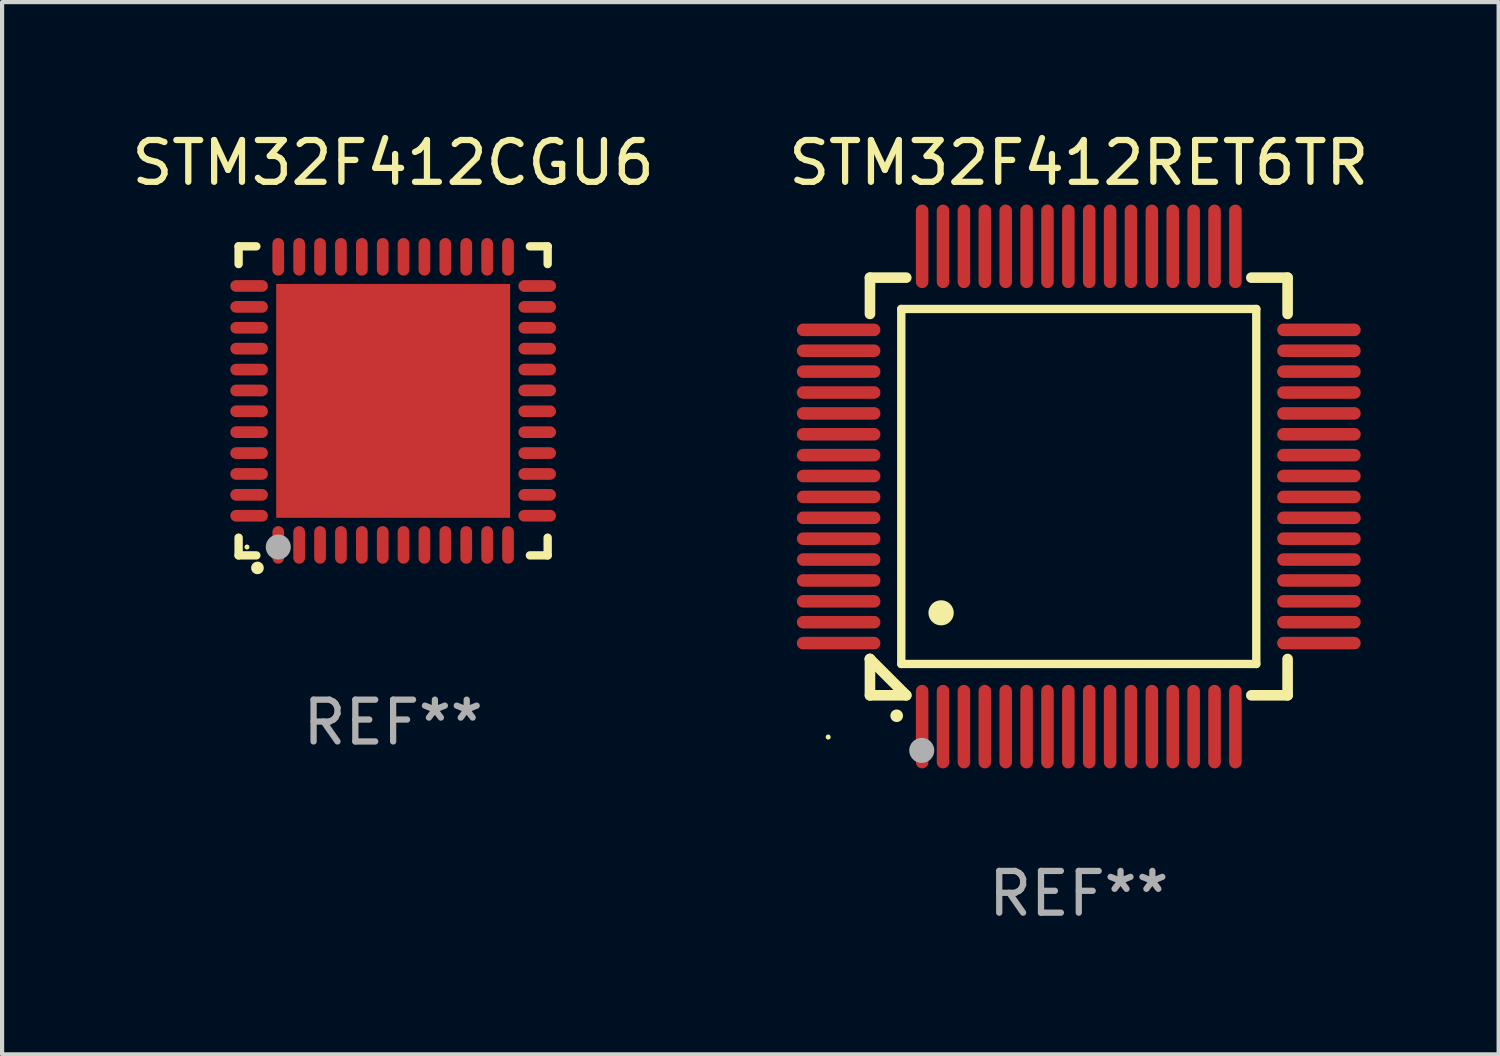
<source format=kicad_pcb>
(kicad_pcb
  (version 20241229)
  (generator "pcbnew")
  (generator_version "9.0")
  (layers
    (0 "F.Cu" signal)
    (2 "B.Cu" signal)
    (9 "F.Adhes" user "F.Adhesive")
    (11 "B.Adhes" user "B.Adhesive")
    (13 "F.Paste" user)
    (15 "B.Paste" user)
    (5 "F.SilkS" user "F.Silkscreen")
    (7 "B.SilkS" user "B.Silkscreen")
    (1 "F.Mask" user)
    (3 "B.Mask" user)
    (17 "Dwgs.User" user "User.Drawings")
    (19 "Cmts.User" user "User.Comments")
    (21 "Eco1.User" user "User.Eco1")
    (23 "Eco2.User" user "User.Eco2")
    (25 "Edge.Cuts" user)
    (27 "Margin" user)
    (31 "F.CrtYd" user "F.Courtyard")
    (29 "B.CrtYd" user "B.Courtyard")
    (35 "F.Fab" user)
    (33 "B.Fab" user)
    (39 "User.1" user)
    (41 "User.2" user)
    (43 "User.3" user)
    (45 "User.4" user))
  (footprint "STM32F412RET6TR"
    (layer "F.Cu")
    (at 22.78 8.598)
    (property "Reference" "STM32F412RET6TR" (at 0 -7.75 0) (layer "F.SilkS") (effects (font (size 1 1) (thickness 0.15))))
    (attr through_hole)
    (fp_line (start -5 -5) (end -4.131 -5) (stroke (width 0.254) (type solid)) (layer "F.SilkS"))
    (fp_line (start -5 -4.131) (end -5 -5) (stroke (width 0.254) (type solid)) (layer "F.SilkS"))
    (fp_line (start -5 4.131) (end -5 4.131) (stroke (width 0.254) (type solid)) (layer "F.SilkS"))
    (fp_line (start -5 5) (end -5 4.131) (stroke (width 0.254) (type solid)) (layer "F.SilkS"))
    (fp_line (start -5 4.131) (end -4.131 5) (stroke (width 0.254) (type solid)) (layer "F.SilkS"))
    (fp_line (start -4.25 -4.25) (end -4.25 4.25) (stroke (width 0.2) (type solid)) (layer "F.SilkS"))
    (fp_line (start -4.25 4.25) (end 4.25 4.25) (stroke (width 0.2) (type solid)) (layer "F.SilkS"))
    (fp_line (start -4.131 5) (end -5 5) (stroke (width 0.254) (type solid)) (layer "F.SilkS"))
    (fp_line (start 4.25 -4.25) (end -4.25 -4.25) (stroke (width 0.2) (type solid)) (layer "F.SilkS"))
    (fp_line (start 4.25 4.25) (end 4.25 -4.25) (stroke (width 0.2) (type solid)) (layer "F.SilkS"))
    (fp_line (start 5 -5) (end 4.131 -5) (stroke (width 0.254) (type solid)) (layer "F.SilkS"))
    (fp_line (start 5 -5) (end 5 -4.131) (stroke (width 0.254) (type solid)) (layer "F.SilkS"))
    (fp_line (start 5 4.131) (end 5 5) (stroke (width 0.254) (type solid)) (layer "F.SilkS"))
    (fp_line (start 5 5) (end 4.131 5) (stroke (width 0.254) (type solid)) (layer "F.SilkS"))
    (fp_arc (start -4.361265 5.489992) (mid -4.359995 5.489987) (end -4.358725 5.489992) (stroke (width 0.3) (type solid)) (layer "F.SilkS"))
    (fp_arc (start -3.299467 3.025146) (mid -3.296927 3.025135) (end -3.294387 3.025146) (stroke (width 0.6) (type solid)) (layer "F.SilkS"))
    (fp_circle (center -6 6) (end -5.97 6) (stroke (width 0.06) (type solid)) (fill no) (layer "F.SilkS"))
    (fp_circle (center -3.76 6.32) (end -3.61 6.32) (stroke (width 0.3) (type solid)) (fill no) (layer "F.Fab"))
    (fp_text user "REF**" (at 0 9.75 0) (layer "F.Fab") (effects (font (size 1 1) (thickness 0.15))))
    (pad "1" smd oval (at -3.75 5.75) (size 0.3 2) (layers "F.Cu" "F.Mask" "F.Paste"))
    (pad "2" smd oval (at -3.25 5.75) (size 0.3 2) (layers "F.Cu" "F.Mask" "F.Paste"))
    (pad "3" smd oval (at -2.75 5.75) (size 0.3 2) (layers "F.Cu" "F.Mask" "F.Paste"))
    (pad "4" smd oval (at -2.25 5.75) (size 0.3 2) (layers "F.Cu" "F.Mask" "F.Paste"))
    (pad "5" smd oval (at -1.75 5.75) (size 0.3 2) (layers "F.Cu" "F.Mask" "F.Paste"))
    (pad "6" smd oval (at -1.25 5.75) (size 0.3 2) (layers "F.Cu" "F.Mask" "F.Paste"))
    (pad "7" smd oval (at -0.75 5.75) (size 0.3 2) (layers "F.Cu" "F.Mask" "F.Paste"))
    (pad "8" smd oval (at -0.25 5.75) (size 0.3 2) (layers "F.Cu" "F.Mask" "F.Paste"))
    (pad "9" smd oval (at 0.25 5.75) (size 0.3 2) (layers "F.Cu" "F.Mask" "F.Paste"))
    (pad "10" smd oval (at 0.75 5.75) (size 0.3 2) (layers "F.Cu" "F.Mask" "F.Paste"))
    (pad "11" smd oval (at 1.25 5.75) (size 0.3 2) (layers "F.Cu" "F.Mask" "F.Paste"))
    (pad "12" smd oval (at 1.75 5.75) (size 0.3 2) (layers "F.Cu" "F.Mask" "F.Paste"))
    (pad "13" smd oval (at 2.25 5.75) (size 0.3 2) (layers "F.Cu" "F.Mask" "F.Paste"))
    (pad "14" smd oval (at 2.75 5.75) (size 0.3 2) (layers "F.Cu" "F.Mask" "F.Paste"))
    (pad "15" smd oval (at 3.25 5.75) (size 0.3 2) (layers "F.Cu" "F.Mask" "F.Paste"))
    (pad "16" smd oval (at 3.75 5.75) (size 0.3 2) (layers "F.Cu" "F.Mask" "F.Paste"))
    (pad "17" smd oval (at 5.75 3.75) (size 2 0.3) (layers "F.Cu" "F.Mask" "F.Paste"))
    (pad "18" smd oval (at 5.75 3.25) (size 2 0.3) (layers "F.Cu" "F.Mask" "F.Paste"))
    (pad "19" smd oval (at 5.75 2.75) (size 2 0.3) (layers "F.Cu" "F.Mask" "F.Paste"))
    (pad "20" smd oval (at 5.75 2.25) (size 2 0.3) (layers "F.Cu" "F.Mask" "F.Paste"))
    (pad "21" smd oval (at 5.75 1.75) (size 2 0.3) (layers "F.Cu" "F.Mask" "F.Paste"))
    (pad "22" smd oval (at 5.75 1.25) (size 2 0.3) (layers "F.Cu" "F.Mask" "F.Paste"))
    (pad "23" smd oval (at 5.75 0.75) (size 2 0.3) (layers "F.Cu" "F.Mask" "F.Paste"))
    (pad "24" smd oval (at 5.75 0.25) (size 2 0.3) (layers "F.Cu" "F.Mask" "F.Paste"))
    (pad "25" smd oval (at 5.75 -0.25) (size 2 0.3) (layers "F.Cu" "F.Mask" "F.Paste"))
    (pad "26" smd oval (at 5.75 -0.75) (size 2 0.3) (layers "F.Cu" "F.Mask" "F.Paste"))
    (pad "27" smd oval (at 5.75 -1.25) (size 2 0.3) (layers "F.Cu" "F.Mask" "F.Paste"))
    (pad "28" smd oval (at 5.75 -1.75) (size 2 0.3) (layers "F.Cu" "F.Mask" "F.Paste"))
    (pad "29" smd oval (at 5.75 -2.25) (size 2 0.3) (layers "F.Cu" "F.Mask" "F.Paste"))
    (pad "30" smd oval (at 5.75 -2.75) (size 2 0.3) (layers "F.Cu" "F.Mask" "F.Paste"))
    (pad "31" smd oval (at 5.75 -3.25) (size 2 0.3) (layers "F.Cu" "F.Mask" "F.Paste"))
    (pad "32" smd oval (at 5.75 -3.75) (size 2 0.3) (layers "F.Cu" "F.Mask" "F.Paste"))
    (pad "33" smd oval (at 3.75 -5.75) (size 0.3 2) (layers "F.Cu" "F.Mask" "F.Paste"))
    (pad "34" smd oval (at 3.25 -5.75) (size 0.3 2) (layers "F.Cu" "F.Mask" "F.Paste"))
    (pad "35" smd oval (at 2.75 -5.75) (size 0.3 2) (layers "F.Cu" "F.Mask" "F.Paste"))
    (pad "36" smd oval (at 2.25 -5.75) (size 0.3 2) (layers "F.Cu" "F.Mask" "F.Paste"))
    (pad "37" smd oval (at 1.75 -5.75) (size 0.3 2) (layers "F.Cu" "F.Mask" "F.Paste"))
    (pad "38" smd oval (at 1.25 -5.75) (size 0.3 2) (layers "F.Cu" "F.Mask" "F.Paste"))
    (pad "39" smd oval (at 0.75 -5.75) (size 0.3 2) (layers "F.Cu" "F.Mask" "F.Paste"))
    (pad "40" smd oval (at 0.25 -5.75) (size 0.3 2) (layers "F.Cu" "F.Mask" "F.Paste"))
    (pad "41" smd oval (at -0.25 -5.75) (size 0.3 2) (layers "F.Cu" "F.Mask" "F.Paste"))
    (pad "42" smd oval (at -0.75 -5.75) (size 0.3 2) (layers "F.Cu" "F.Mask" "F.Paste"))
    (pad "43" smd oval (at -1.25 -5.75) (size 0.3 2) (layers "F.Cu" "F.Mask" "F.Paste"))
    (pad "44" smd oval (at -1.75 -5.75) (size 0.3 2) (layers "F.Cu" "F.Mask" "F.Paste"))
    (pad "45" smd oval (at -2.25 -5.75) (size 0.3 2) (layers "F.Cu" "F.Mask" "F.Paste"))
    (pad "46" smd oval (at -2.75 -5.75) (size 0.3 2) (layers "F.Cu" "F.Mask" "F.Paste"))
    (pad "47" smd oval (at -3.25 -5.75) (size 0.3 2) (layers "F.Cu" "F.Mask" "F.Paste"))
    (pad "48" smd oval (at -3.75 -5.75) (size 0.3 2) (layers "F.Cu" "F.Mask" "F.Paste"))
    (pad "49" smd oval (at -5.75 -3.75) (size 2 0.3) (layers "F.Cu" "F.Mask" "F.Paste"))
    (pad "50" smd oval (at -5.75 -3.25) (size 2 0.3) (layers "F.Cu" "F.Mask" "F.Paste"))
    (pad "51" smd oval (at -5.75 -2.75) (size 2 0.3) (layers "F.Cu" "F.Mask" "F.Paste"))
    (pad "52" smd oval (at -5.75 -2.25) (size 2 0.3) (layers "F.Cu" "F.Mask" "F.Paste"))
    (pad "53" smd oval (at -5.75 -1.75) (size 2 0.3) (layers "F.Cu" "F.Mask" "F.Paste"))
    (pad "54" smd oval (at -5.75 -1.25) (size 2 0.3) (layers "F.Cu" "F.Mask" "F.Paste"))
    (pad "55" smd oval (at -5.75 -0.75) (size 2 0.3) (layers "F.Cu" "F.Mask" "F.Paste"))
    (pad "56" smd oval (at -5.75 -0.25) (size 2 0.3) (layers "F.Cu" "F.Mask" "F.Paste"))
    (pad "57" smd oval (at -5.75 0.25) (size 2 0.3) (layers "F.Cu" "F.Mask" "F.Paste"))
    (pad "58" smd oval (at -5.75 0.75) (size 2 0.3) (layers "F.Cu" "F.Mask" "F.Paste"))
    (pad "59" smd oval (at -5.75 1.25) (size 2 0.3) (layers "F.Cu" "F.Mask" "F.Paste"))
    (pad "60" smd oval (at -5.75 1.75) (size 2 0.3) (layers "F.Cu" "F.Mask" "F.Paste"))
    (pad "61" smd oval (at -5.75 2.25) (size 2 0.3) (layers "F.Cu" "F.Mask" "F.Paste"))
    (pad "62" smd oval (at -5.75 2.75) (size 2 0.3) (layers "F.Cu" "F.Mask" "F.Paste"))
    (pad "63" smd oval (at -5.75 3.25) (size 2 0.3) (layers "F.Cu" "F.Mask" "F.Paste"))
    (pad "64" smd oval (at -5.75 3.75) (size 2 0.3) (layers "F.Cu" "F.Mask" "F.Paste")))
  (footprint "STM32F412CGU6"
    (layer "F.Cu")
    (at 6.363 6.548)
    (property "Reference" "STM32F412CGU6" (at 0 -5.7 0) (layer "F.SilkS") (effects (font (size 1 1) (thickness 0.15))))
    (attr through_hole)
    (fp_line (start -3.7 -3.7) (end -3.275 -3.7) (stroke (width 0.2) (type solid)) (layer "F.SilkS"))
    (fp_line (start -3.7 -3.275) (end -3.7 -3.7) (stroke (width 0.2) (type solid)) (layer "F.SilkS"))
    (fp_line (start -3.7 3.7) (end -3.7 3.275) (stroke (width 0.2) (type solid)) (layer "F.SilkS"))
    (fp_line (start -3.275 3.7) (end -3.7 3.7) (stroke (width 0.2) (type solid)) (layer "F.SilkS"))
    (fp_line (start 3.7 -3.7) (end 3.275 -3.7) (stroke (width 0.2) (type solid)) (layer "F.SilkS"))
    (fp_line (start 3.7 -3.275) (end 3.7 -3.7) (stroke (width 0.2) (type solid)) (layer "F.SilkS"))
    (fp_line (start 3.7 3.275) (end 3.7 3.7) (stroke (width 0.2) (type solid)) (layer "F.SilkS"))
    (fp_line (start 3.7 3.7) (end 3.275 3.7) (stroke (width 0.2) (type solid)) (layer "F.SilkS"))
    (fp_arc (start -3.249936 3.999975) (mid -3.248666 3.99997) (end -3.247396 3.999975) (stroke (width 0.3) (type solid)) (layer "F.SilkS"))
    (fp_circle (center -3.5 3.5) (end -3.47 3.5) (stroke (width 0.06) (type solid)) (fill no) (layer "F.SilkS"))
    (fp_circle (center -2.75 3.5) (end -2.6 3.5) (stroke (width 0.3) (type solid)) (fill no) (layer "F.Fab"))
    (fp_text user "REF**" (at 0 7.7 0) (layer "F.Fab") (effects (font (size 1 1) (thickness 0.15))))
    (pad "1" smd oval (at -2.751 3.449) (size 0.28 0.9) (layers "F.Cu" "F.Mask" "F.Paste"))
    (pad "2" smd oval (at -2.25 3.449) (size 0.28 0.9) (layers "F.Cu" "F.Mask" "F.Paste"))
    (pad "3" smd oval (at -1.75 3.449) (size 0.28 0.9) (layers "F.Cu" "F.Mask" "F.Paste"))
    (pad "4" smd oval (at -1.25 3.449) (size 0.28 0.9) (layers "F.Cu" "F.Mask" "F.Paste"))
    (pad "5" smd oval (at -0.749 3.449) (size 0.28 0.9) (layers "F.Cu" "F.Mask" "F.Paste"))
    (pad "6" smd oval (at -0.249 3.449) (size 0.28 0.9) (layers "F.Cu" "F.Mask" "F.Paste"))
    (pad "7" smd oval (at 0.249 3.449) (size 0.28 0.9) (layers "F.Cu" "F.Mask" "F.Paste"))
    (pad "8" smd oval (at 0.749 3.449) (size 0.28 0.9) (layers "F.Cu" "F.Mask" "F.Paste"))
    (pad "9" smd oval (at 1.25 3.449) (size 0.28 0.9) (layers "F.Cu" "F.Mask" "F.Paste"))
    (pad "10" smd oval (at 1.75 3.449) (size 0.28 0.9) (layers "F.Cu" "F.Mask" "F.Paste"))
    (pad "11" smd oval (at 2.251 3.449) (size 0.28 0.9) (layers "F.Cu" "F.Mask" "F.Paste"))
    (pad "12" smd oval (at 2.751 3.449) (size 0.28 0.9) (layers "F.Cu" "F.Mask" "F.Paste"))
    (pad "13" smd oval (at 3.449 2.75) (size 0.9 0.28) (layers "F.Cu" "F.Mask" "F.Paste"))
    (pad "14" smd oval (at 3.449 2.25) (size 0.9 0.28) (layers "F.Cu" "F.Mask" "F.Paste"))
    (pad "15" smd oval (at 3.449 1.75) (size 0.9 0.28) (layers "F.Cu" "F.Mask" "F.Paste"))
    (pad "16" smd oval (at 3.449 1.25) (size 0.9 0.28) (layers "F.Cu" "F.Mask" "F.Paste"))
    (pad "17" smd oval (at 3.449 0.75) (size 0.9 0.28) (layers "F.Cu" "F.Mask" "F.Paste"))
    (pad "18" smd oval (at 3.449 0.25) (size 0.9 0.28) (layers "F.Cu" "F.Mask" "F.Paste"))
    (pad "19" smd oval (at 3.449 -0.25) (size 0.9 0.28) (layers "F.Cu" "F.Mask" "F.Paste"))
    (pad "20" smd oval (at 3.449 -0.75) (size 0.9 0.28) (layers "F.Cu" "F.Mask" "F.Paste"))
    (pad "21" smd oval (at 3.449 -1.25) (size 0.9 0.28) (layers "F.Cu" "F.Mask" "F.Paste"))
    (pad "22" smd oval (at 3.449 -1.75) (size 0.9 0.28) (layers "F.Cu" "F.Mask" "F.Paste"))
    (pad "23" smd oval (at 3.449 -2.25) (size 0.9 0.28) (layers "F.Cu" "F.Mask" "F.Paste"))
    (pad "24" smd oval (at 3.449 -2.75) (size 0.9 0.28) (layers "F.Cu" "F.Mask" "F.Paste"))
    (pad "25" smd oval (at 2.751 -3.449) (size 0.28 0.9) (layers "F.Cu" "F.Mask" "F.Paste"))
    (pad "26" smd oval (at 2.251 -3.449) (size 0.28 0.9) (layers "F.Cu" "F.Mask" "F.Paste"))
    (pad "27" smd oval (at 1.75 -3.449) (size 0.28 0.9) (layers "F.Cu" "F.Mask" "F.Paste"))
    (pad "28" smd oval (at 1.25 -3.449) (size 0.28 0.9) (layers "F.Cu" "F.Mask" "F.Paste"))
    (pad "29" smd oval (at 0.749 -3.449) (size 0.28 0.9) (layers "F.Cu" "F.Mask" "F.Paste"))
    (pad "30" smd oval (at 0.249 -3.449) (size 0.28 0.9) (layers "F.Cu" "F.Mask" "F.Paste"))
    (pad "31" smd oval (at -0.249 -3.449) (size 0.28 0.9) (layers "F.Cu" "F.Mask" "F.Paste"))
    (pad "32" smd oval (at -0.749 -3.449) (size 0.28 0.9) (layers "F.Cu" "F.Mask" "F.Paste"))
    (pad "33" smd oval (at -1.25 -3.449) (size 0.28 0.9) (layers "F.Cu" "F.Mask" "F.Paste"))
    (pad "34" smd oval (at -1.75 -3.449) (size 0.28 0.9) (layers "F.Cu" "F.Mask" "F.Paste"))
    (pad "35" smd oval (at -2.25 -3.449) (size 0.28 0.9) (layers "F.Cu" "F.Mask" "F.Paste"))
    (pad "36" smd oval (at -2.751 -3.449) (size 0.28 0.9) (layers "F.Cu" "F.Mask" "F.Paste"))
    (pad "37" smd oval (at -3.449 -2.751) (size 0.9 0.28) (layers "F.Cu" "F.Mask" "F.Paste"))
    (pad "38" smd oval (at -3.449 -2.25) (size 0.9 0.28) (layers "F.Cu" "F.Mask" "F.Paste"))
    (pad "39" smd oval (at -3.449 -1.75) (size 0.9 0.28) (layers "F.Cu" "F.Mask" "F.Paste"))
    (pad "40" smd oval (at -3.449 -1.25) (size 0.9 0.28) (layers "F.Cu" "F.Mask" "F.Paste"))
    (pad "41" smd oval (at -3.449 -0.749) (size 0.9 0.28) (layers "F.Cu" "F.Mask" "F.Paste"))
    (pad "42" smd oval (at -3.449 -0.249) (size 0.9 0.28) (layers "F.Cu" "F.Mask" "F.Paste"))
    (pad "43" smd oval (at -3.449 0.249) (size 0.9 0.28) (layers "F.Cu" "F.Mask" "F.Paste"))
    (pad "44" smd oval (at -3.449 0.749) (size 0.9 0.28) (layers "F.Cu" "F.Mask" "F.Paste"))
    (pad "45" smd oval (at -3.449 1.25) (size 0.9 0.28) (layers "F.Cu" "F.Mask" "F.Paste"))
    (pad "46" smd oval (at -3.449 1.75) (size 0.9 0.28) (layers "F.Cu" "F.Mask" "F.Paste"))
    (pad "47" smd oval (at -3.449 2.25) (size 0.9 0.28) (layers "F.Cu" "F.Mask" "F.Paste"))
    (pad "48" smd oval (at -3.449 2.751) (size 0.9 0.28) (layers "F.Cu" "F.Mask" "F.Paste"))
    (pad "49" smd rect (at 0.000076 -0.000025) (size 5.6 5.6) (layers "F.Cu" "F.Mask" "F.Paste")))
  (gr_rect
    (start -3 -3)
    (end 32.833 22.196)
    (stroke (width 0.1) (type default))
    (fill no)
    (layer "Edge.Cuts")))
</source>
